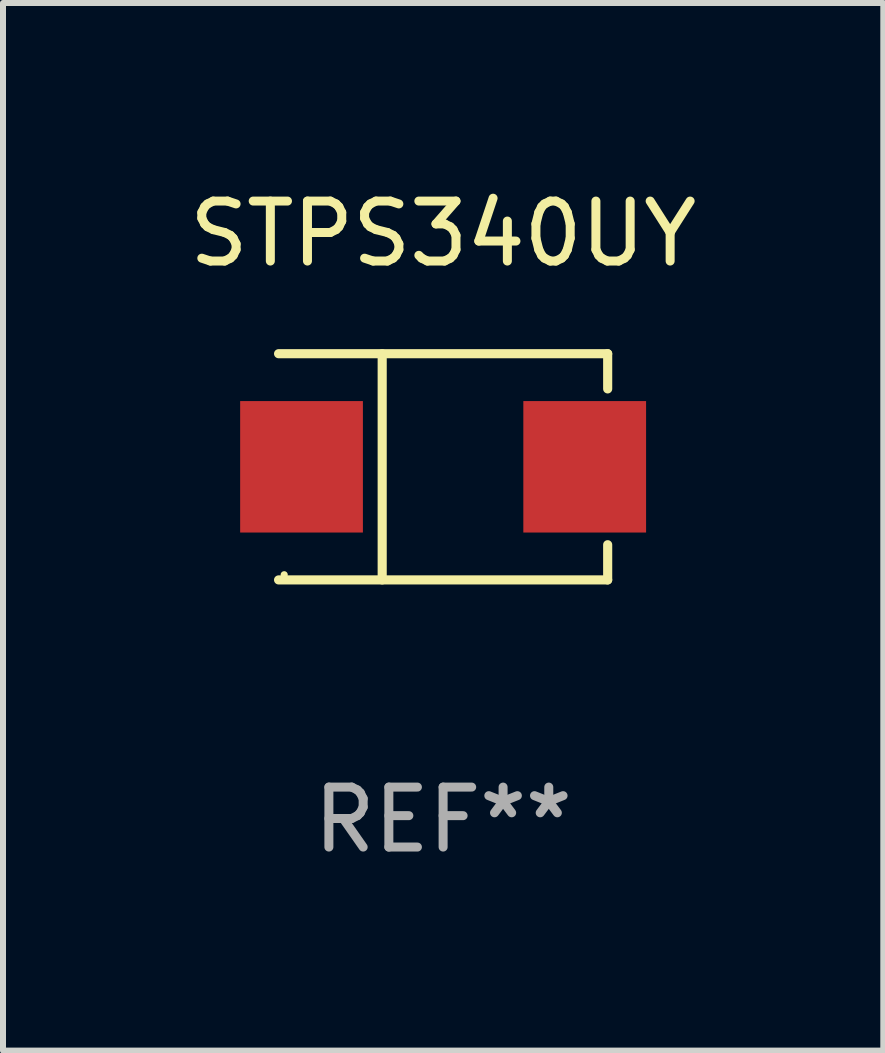
<source format=kicad_pcb>
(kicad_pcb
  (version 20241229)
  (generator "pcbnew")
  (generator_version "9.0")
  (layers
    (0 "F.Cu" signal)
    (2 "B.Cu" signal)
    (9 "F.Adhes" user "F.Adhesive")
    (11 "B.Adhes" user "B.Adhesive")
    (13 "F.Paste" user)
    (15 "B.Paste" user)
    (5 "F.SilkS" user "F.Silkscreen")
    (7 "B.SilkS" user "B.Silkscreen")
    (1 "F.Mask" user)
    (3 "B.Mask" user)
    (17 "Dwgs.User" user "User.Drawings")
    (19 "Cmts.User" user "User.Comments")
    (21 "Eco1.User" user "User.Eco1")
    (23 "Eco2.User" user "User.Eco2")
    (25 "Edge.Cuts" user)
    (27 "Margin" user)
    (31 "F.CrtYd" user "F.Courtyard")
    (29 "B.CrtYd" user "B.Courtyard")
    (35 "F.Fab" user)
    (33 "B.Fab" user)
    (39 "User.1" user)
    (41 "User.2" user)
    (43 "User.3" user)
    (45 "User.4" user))
  (footprint "STPS340UY"
    (layer "F.Cu")
    (at 4.339 4.734)
    (property "Reference" "STPS340UY" (at 0 -3.886 0) (layer "F.SilkS") (effects (font (size 1 1) (thickness 0.15))))
    (attr through_hole)
    (fp_line (start -2.744 -1.886) (end 2.744 -1.886) (stroke (width 0.152) (type solid)) (layer "F.SilkS"))
    (fp_line (start -2.744 1.886) (end 2.744 1.886) (stroke (width 0.152) (type solid)) (layer "F.SilkS"))
    (fp_line (start -1.016 -1.886) (end -1.016 1.886) (stroke (width 0.152) (type solid)) (layer "F.SilkS"))
    (fp_line (start 2.744 -1.886) (end 2.744 -1.299) (stroke (width 0.152) (type solid)) (layer "F.SilkS"))
    (fp_line (start 2.744 1.886) (end 2.744 1.299) (stroke (width 0.152) (type solid)) (layer "F.SilkS"))
    (fp_circle (center -2.65 1.8) (end -2.62 1.8) (stroke (width 0.06) (type solid)) (fill no) (layer "F.SilkS"))
    (fp_text user "REF**" (at 0 5.886 0) (layer "F.Fab") (effects (font (size 1 1) (thickness 0.15))))
    (pad "1" smd rect (at -2.361 0) (size 2.047 2.192) (layers "F.Cu" "F.Mask" "F.Paste"))
    (pad "2" smd rect (at 2.361 0) (size 2.047 2.192) (layers "F.Cu" "F.Mask" "F.Paste")))
  (gr_rect
    (start -3 -3)
    (end 11.679 14.469)
    (stroke (width 0.1) (type default))
    (fill no)
    (layer "Edge.Cuts")))
</source>
